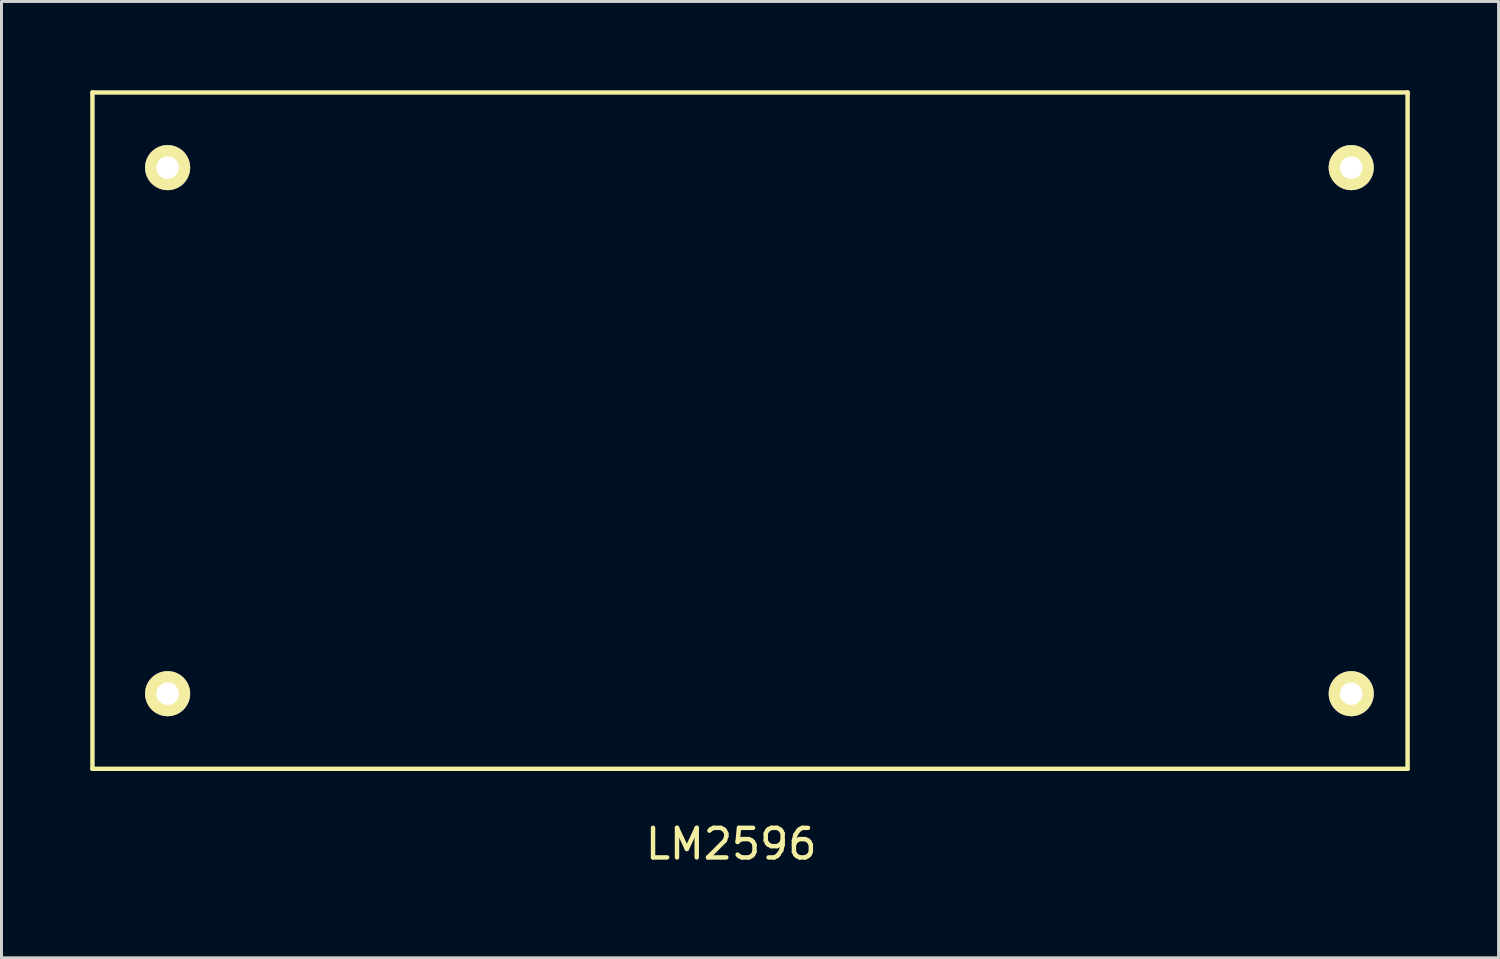
<source format=kicad_pcb>
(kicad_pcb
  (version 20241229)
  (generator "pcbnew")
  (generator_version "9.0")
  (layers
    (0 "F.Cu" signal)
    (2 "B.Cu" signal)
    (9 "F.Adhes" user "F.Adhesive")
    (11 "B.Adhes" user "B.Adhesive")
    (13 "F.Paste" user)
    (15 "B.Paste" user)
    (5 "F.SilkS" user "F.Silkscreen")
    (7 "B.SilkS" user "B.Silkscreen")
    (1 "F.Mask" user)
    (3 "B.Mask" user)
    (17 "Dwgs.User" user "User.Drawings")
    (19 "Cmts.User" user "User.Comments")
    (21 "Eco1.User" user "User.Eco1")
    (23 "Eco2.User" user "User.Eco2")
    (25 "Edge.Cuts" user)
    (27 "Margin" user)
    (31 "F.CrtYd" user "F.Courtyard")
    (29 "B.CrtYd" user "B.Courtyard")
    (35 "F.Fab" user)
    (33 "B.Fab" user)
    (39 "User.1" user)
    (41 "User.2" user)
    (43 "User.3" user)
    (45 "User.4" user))
  (footprint "LM2596"
    (layer "F.Cu")
    (at 21.665 11.505)
    (property "Reference" "LM2596" (at 0 13.97 0) (layer "F.SilkS") (effects (font (size 1 1) (thickness 0.15))))
    (attr through_hole)
    (fp_line (start -21.59 -11.43) (end 22.86 -11.43) (stroke (width 0.15) (type solid)) (layer "F.SilkS"))
    (fp_line (start -21.59 11.43) (end -21.59 -11.43) (stroke (width 0.15) (type solid)) (layer "F.SilkS"))
    (fp_line (start 22.86 -11.43) (end 22.86 11.43) (stroke (width 0.15) (type solid)) (layer "F.SilkS"))
    (fp_line (start 22.86 11.43) (end -21.59 11.43) (stroke (width 0.15) (type solid)) (layer "F.SilkS"))
    (pad "1" thru_hole circle (at -19.05 -8.89) (size 1.524 1.524) (drill 0.762) (layers "*.Cu" "*.Mask" "F.SilkS"))
    (pad "2" thru_hole circle (at -19.05 8.89) (size 1.524 1.524) (drill 0.762) (layers "*.Cu" "*.Mask" "F.SilkS"))
    (pad "3" thru_hole circle (at 20.955 -8.89) (size 1.524 1.524) (drill 0.762) (layers "*.Cu" "*.Mask" "F.SilkS"))
    (pad "4" thru_hole circle (at 20.955 8.89) (size 1.524 1.524) (drill 0.762) (layers "*.Cu" "*.Mask" "F.SilkS")))
  (gr_rect
    (start -3 -3)
    (end 47.6 29.323)
    (stroke (width 0.1) (type default))
    (fill no)
    (layer "Edge.Cuts")))
</source>
